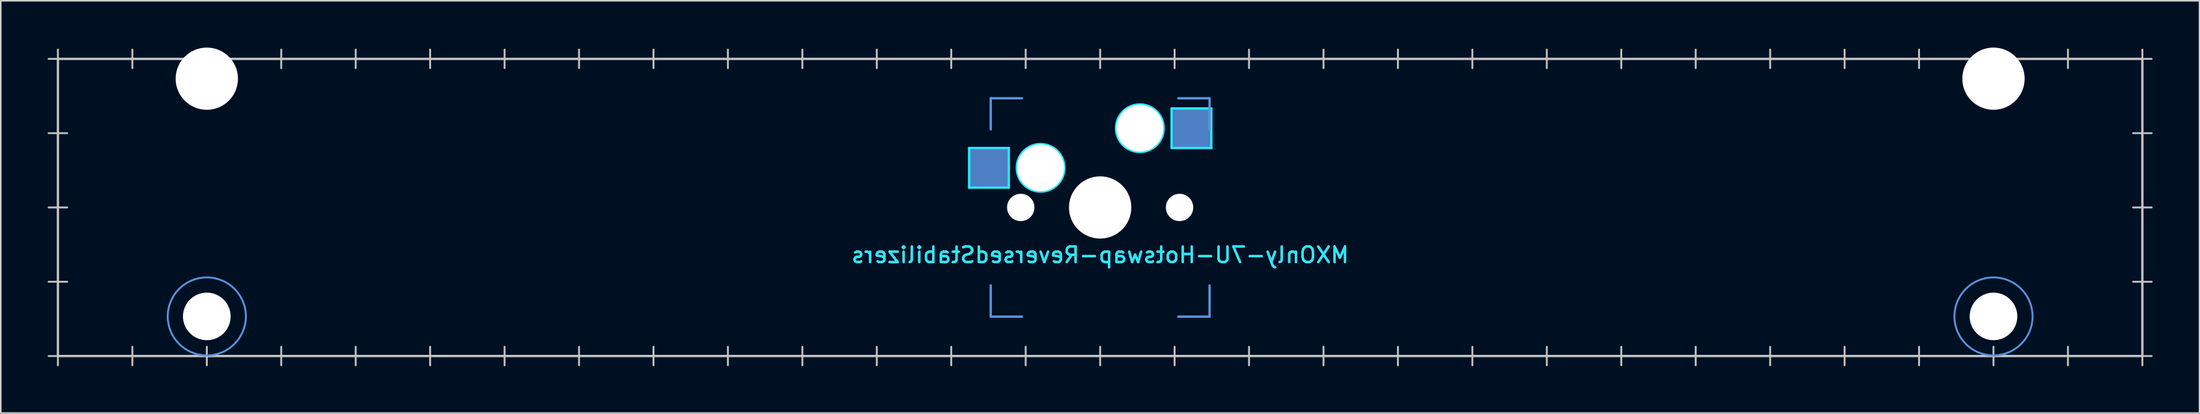
<source format=kicad_pcb>
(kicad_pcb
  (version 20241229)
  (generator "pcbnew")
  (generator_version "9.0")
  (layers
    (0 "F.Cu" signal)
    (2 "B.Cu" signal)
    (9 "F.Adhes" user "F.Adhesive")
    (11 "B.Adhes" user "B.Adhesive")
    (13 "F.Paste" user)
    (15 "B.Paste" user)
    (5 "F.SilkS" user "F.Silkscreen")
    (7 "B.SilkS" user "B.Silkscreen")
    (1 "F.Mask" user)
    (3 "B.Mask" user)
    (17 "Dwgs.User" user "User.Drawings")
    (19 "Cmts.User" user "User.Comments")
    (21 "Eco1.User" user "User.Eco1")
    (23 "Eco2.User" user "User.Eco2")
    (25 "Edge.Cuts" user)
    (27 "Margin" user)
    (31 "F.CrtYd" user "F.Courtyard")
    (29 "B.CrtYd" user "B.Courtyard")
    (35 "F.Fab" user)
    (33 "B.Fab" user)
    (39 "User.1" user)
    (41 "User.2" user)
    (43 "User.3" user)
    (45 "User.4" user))
  (footprint "MXOnly-7U-Hotswap-ReversedStabilizers"
    (layer "F.Cu")
    (at 67.33 10.249)
    (property "Reference" "MXOnly-7U-Hotswap-ReversedStabilizers" (at 0 3.048 0) (layer "B.CrtYd") (effects (font (size 1 1) (thickness 0.15)) (justify mirror)))
    (attr smd)
    (fp_line (start -67.27 -9.525) (end -66.675 -9.525) (stroke (width 0.12) (type solid)) (layer "Dwgs.User"))
    (fp_line (start -67.27 -0.000008) (end -66.08 -0.000008) (stroke (width 0.12) (type solid)) (layer "Dwgs.User"))
    (fp_line (start -67.27 4.762) (end -66.08 4.762) (stroke (width 0.12) (type solid)) (layer "Dwgs.User"))
    (fp_line (start -67.27 9.525) (end -66.675 9.525) (stroke (width 0.12) (type solid)) (layer "Dwgs.User"))
    (fp_line (start -66.675 10.12) (end -66.675 9.525) (stroke (width 0.12) (type solid)) (layer "Dwgs.User"))
    (fp_line (start -66.675 -10.12) (end -66.675 -9.525) (stroke (width 0.12) (type solid)) (layer "Dwgs.User"))
    (fp_line (start -66.675 -9.525) (end 66.675 -9.525) (stroke (width 0.15) (type solid)) (layer "Dwgs.User"))
    (fp_line (start -66.675 9.525) (end -66.675 -9.525) (stroke (width 0.15) (type solid)) (layer "Dwgs.User"))
    (fp_line (start -66.08 -4.763) (end -67.27 -4.763) (stroke (width 0.12) (type solid)) (layer "Dwgs.User"))
    (fp_line (start -61.913 8.93) (end -61.913 10.12) (stroke (width 0.12) (type solid)) (layer "Dwgs.User"))
    (fp_line (start -61.913 -10.12) (end -61.913 -8.93) (stroke (width 0.12) (type solid)) (layer "Dwgs.User"))
    (fp_line (start -57.15 8.93) (end -57.15 10.12) (stroke (width 0.12) (type solid)) (layer "Dwgs.User"))
    (fp_line (start -57.15 -10.12) (end -57.15 -8.93) (stroke (width 0.12) (type solid)) (layer "Dwgs.User"))
    (fp_line (start -52.388 10.12) (end -52.388 8.93) (stroke (width 0.12) (type solid)) (layer "Dwgs.User"))
    (fp_line (start -52.388 -8.93) (end -52.388 -10.12) (stroke (width 0.12) (type solid)) (layer "Dwgs.User"))
    (fp_line (start -47.625 8.93) (end -47.625 10.12) (stroke (width 0.12) (type solid)) (layer "Dwgs.User"))
    (fp_line (start -47.625 -10.12) (end -47.625 -8.93) (stroke (width 0.12) (type solid)) (layer "Dwgs.User"))
    (fp_line (start -42.863 10.12) (end -42.863 8.93) (stroke (width 0.12) (type solid)) (layer "Dwgs.User"))
    (fp_line (start -42.863 -8.93) (end -42.863 -10.12) (stroke (width 0.12) (type solid)) (layer "Dwgs.User"))
    (fp_line (start -38.1 8.93) (end -38.1 10.12) (stroke (width 0.12) (type solid)) (layer "Dwgs.User"))
    (fp_line (start -38.1 -10.12) (end -38.1 -8.93) (stroke (width 0.12) (type solid)) (layer "Dwgs.User"))
    (fp_line (start -33.338 10.12) (end -33.338 8.93) (stroke (width 0.12) (type solid)) (layer "Dwgs.User"))
    (fp_line (start -33.338 -8.93) (end -33.338 -10.12) (stroke (width 0.12) (type solid)) (layer "Dwgs.User"))
    (fp_line (start -28.575 8.93) (end -28.575 10.12) (stroke (width 0.12) (type solid)) (layer "Dwgs.User"))
    (fp_line (start -28.575 -10.12) (end -28.575 -8.93) (stroke (width 0.12) (type solid)) (layer "Dwgs.User"))
    (fp_line (start -23.813 10.12) (end -23.813 8.93) (stroke (width 0.12) (type solid)) (layer "Dwgs.User"))
    (fp_line (start -23.813 -8.93) (end -23.813 -10.12) (stroke (width 0.12) (type solid)) (layer "Dwgs.User"))
    (fp_line (start -19.05 8.93) (end -19.05 10.12) (stroke (width 0.12) (type solid)) (layer "Dwgs.User"))
    (fp_line (start -19.05 -10.12) (end -19.05 -8.93) (stroke (width 0.12) (type solid)) (layer "Dwgs.User"))
    (fp_line (start -14.288 10.12) (end -14.288 8.93) (stroke (width 0.12) (type solid)) (layer "Dwgs.User"))
    (fp_line (start -14.288 -8.93) (end -14.288 -10.12) (stroke (width 0.12) (type solid)) (layer "Dwgs.User"))
    (fp_line (start -9.525 -8.93) (end -9.525 -10.12) (stroke (width 0.12) (type solid)) (layer "Dwgs.User"))
    (fp_line (start -9.525 10.12) (end -9.525 8.93) (stroke (width 0.12) (type solid)) (layer "Dwgs.User"))
    (fp_line (start -4.763 -10.12) (end -4.763 -8.93) (stroke (width 0.12) (type solid)) (layer "Dwgs.User"))
    (fp_line (start -4.763 8.93) (end -4.763 10.12) (stroke (width 0.12) (type solid)) (layer "Dwgs.User"))
    (fp_line (start 0 -8.93) (end 0 -10.12) (stroke (width 0.12) (type solid)) (layer "Dwgs.User"))
    (fp_line (start 0 10.12) (end 0 8.93) (stroke (width 0.12) (type solid)) (layer "Dwgs.User"))
    (fp_line (start 4.763 -10.12) (end 4.763 -8.93) (stroke (width 0.12) (type solid)) (layer "Dwgs.User"))
    (fp_line (start 4.763 8.93) (end 4.763 10.12) (stroke (width 0.12) (type solid)) (layer "Dwgs.User"))
    (fp_line (start 9.525 -8.93) (end 9.525 -10.12) (stroke (width 0.12) (type solid)) (layer "Dwgs.User"))
    (fp_line (start 9.525 10.12) (end 9.525 8.93) (stroke (width 0.12) (type solid)) (layer "Dwgs.User"))
    (fp_line (start 14.288 -10.12) (end 14.288 -8.93) (stroke (width 0.12) (type solid)) (layer "Dwgs.User"))
    (fp_line (start 14.288 8.93) (end 14.288 10.12) (stroke (width 0.12) (type solid)) (layer "Dwgs.User"))
    (fp_line (start 19.05 -8.93) (end 19.05 -10.12) (stroke (width 0.12) (type solid)) (layer "Dwgs.User"))
    (fp_line (start 19.05 10.12) (end 19.05 8.93) (stroke (width 0.12) (type solid)) (layer "Dwgs.User"))
    (fp_line (start 23.813 -10.12) (end 23.813 -8.93) (stroke (width 0.12) (type solid)) (layer "Dwgs.User"))
    (fp_line (start 23.813 8.93) (end 23.813 10.12) (stroke (width 0.12) (type solid)) (layer "Dwgs.User"))
    (fp_line (start 28.575 -8.93) (end 28.575 -10.12) (stroke (width 0.12) (type solid)) (layer "Dwgs.User"))
    (fp_line (start 28.575 10.12) (end 28.575 8.93) (stroke (width 0.12) (type solid)) (layer "Dwgs.User"))
    (fp_line (start 33.338 -10.12) (end 33.338 -8.93) (stroke (width 0.12) (type solid)) (layer "Dwgs.User"))
    (fp_line (start 33.338 8.93) (end 33.338 10.12) (stroke (width 0.12) (type solid)) (layer "Dwgs.User"))
    (fp_line (start 38.1 -8.93) (end 38.1 -10.12) (stroke (width 0.12) (type solid)) (layer "Dwgs.User"))
    (fp_line (start 38.1 10.12) (end 38.1 8.93) (stroke (width 0.12) (type solid)) (layer "Dwgs.User"))
    (fp_line (start 42.863 -10.12) (end 42.863 -8.93) (stroke (width 0.12) (type solid)) (layer "Dwgs.User"))
    (fp_line (start 42.863 8.93) (end 42.863 10.12) (stroke (width 0.12) (type solid)) (layer "Dwgs.User"))
    (fp_line (start 47.625 -8.93) (end 47.625 -10.12) (stroke (width 0.12) (type solid)) (layer "Dwgs.User"))
    (fp_line (start 47.625 10.12) (end 47.625 8.93) (stroke (width 0.12) (type solid)) (layer "Dwgs.User"))
    (fp_line (start 52.388 -10.12) (end 52.388 -8.93) (stroke (width 0.12) (type solid)) (layer "Dwgs.User"))
    (fp_line (start 52.388 8.93) (end 52.388 10.12) (stroke (width 0.12) (type solid)) (layer "Dwgs.User"))
    (fp_line (start 57.15 -8.93) (end 57.15 -10.12) (stroke (width 0.12) (type solid)) (layer "Dwgs.User"))
    (fp_line (start 57.15 10.12) (end 57.15 8.93) (stroke (width 0.12) (type solid)) (layer "Dwgs.User"))
    (fp_line (start 61.913 -10.12) (end 61.913 -8.93) (stroke (width 0.12) (type solid)) (layer "Dwgs.User"))
    (fp_line (start 61.913 8.93) (end 61.913 10.12) (stroke (width 0.12) (type solid)) (layer "Dwgs.User"))
    (fp_line (start 66.08 4.763) (end 67.27 4.763) (stroke (width 0.12) (type solid)) (layer "Dwgs.User"))
    (fp_line (start 66.675 -9.525) (end 66.675 9.525) (stroke (width 0.15) (type solid)) (layer "Dwgs.User"))
    (fp_line (start 66.675 9.525) (end -66.675 9.525) (stroke (width 0.15) (type solid)) (layer "Dwgs.User"))
    (fp_line (start 66.675 10.12) (end 66.675 9.525) (stroke (width 0.12) (type solid)) (layer "Dwgs.User"))
    (fp_line (start 66.675 -10.12) (end 66.675 -9.525) (stroke (width 0.12) (type solid)) (layer "Dwgs.User"))
    (fp_line (start 67.27 -9.525) (end 66.675 -9.525) (stroke (width 0.12) (type solid)) (layer "Dwgs.User"))
    (fp_line (start 67.27 -4.763) (end 66.08 -4.763) (stroke (width 0.12) (type solid)) (layer "Dwgs.User"))
    (fp_line (start 67.27 0) (end 66.08 0) (stroke (width 0.12) (type solid)) (layer "Dwgs.User"))
    (fp_line (start 67.27 9.525) (end 66.675 9.525) (stroke (width 0.12) (type solid)) (layer "Dwgs.User"))
    (fp_line (start -7 -7) (end -7 -5) (stroke (width 0.15) (type solid)) (layer "Cmts.User"))
    (fp_line (start -7 7) (end -7 5) (stroke (width 0.15) (type solid)) (layer "Cmts.User"))
    (fp_line (start -5 -7) (end -7 -7) (stroke (width 0.15) (type solid)) (layer "Cmts.User"))
    (fp_line (start -5 7) (end -7 7) (stroke (width 0.15) (type solid)) (layer "Cmts.User"))
    (fp_line (start 5 -7) (end 7 -7) (stroke (width 0.15) (type solid)) (layer "Cmts.User"))
    (fp_line (start 7 -7) (end 7 -5) (stroke (width 0.15) (type solid)) (layer "Cmts.User"))
    (fp_line (start 7 5) (end 7 7) (stroke (width 0.15) (type solid)) (layer "Cmts.User"))
    (fp_line (start 7 7) (end 5 7) (stroke (width 0.15) (type solid)) (layer "Cmts.User"))
    (fp_circle (center -57.15 6.985) (end -59.65 6.985) (stroke (width 0.12) (type solid)) (fill no) (layer "Cmts.User"))
    (fp_circle (center 57.15 6.985) (end 54.65 6.985) (stroke (width 0.12) (type solid)) (fill no) (layer "Cmts.User"))
    (fp_line (start -8.382 -3.81) (end -5.842 -3.81) (stroke (width 0.15) (type solid)) (layer "B.CrtYd"))
    (fp_line (start -8.382 -1.27) (end -8.382 -3.81) (stroke (width 0.15) (type solid)) (layer "B.CrtYd"))
    (fp_line (start -5.842 -3.81) (end -5.842 -1.27) (stroke (width 0.15) (type solid)) (layer "B.CrtYd"))
    (fp_line (start -5.842 -1.27) (end -8.382 -1.27) (stroke (width 0.15) (type solid)) (layer "B.CrtYd"))
    (fp_line (start 4.572 -6.35) (end 7.112 -6.35) (stroke (width 0.15) (type solid)) (layer "B.CrtYd"))
    (fp_line (start 4.572 -3.81) (end 4.572 -6.35) (stroke (width 0.15) (type solid)) (layer "B.CrtYd"))
    (fp_line (start 7.112 -6.35) (end 7.112 -3.81) (stroke (width 0.15) (type solid)) (layer "B.CrtYd"))
    (fp_line (start 7.112 -3.81) (end 4.572 -3.81) (stroke (width 0.15) (type solid)) (layer "B.CrtYd"))
    (fp_circle (center -3.81 -2.54) (end -3.81 -4.064) (stroke (width 0.15) (type solid)) (fill no) (layer "B.CrtYd"))
    (fp_circle (center 2.54 -5.08) (end 2.54 -6.604) (stroke (width 0.15) (type solid)) (fill no) (layer "B.CrtYd"))
    (fp_text user "${REFERENCE}" (at 0 3.048 0) (layer "B.SilkS") (effects (font (size 1 1) (thickness 0.15)) (justify mirror)))
    (pad "" np_thru_hole circle (at -57.15 -8.255) (size 3.988 3.988) (drill 3.988) (layers "*.Cu" "*.Mask"))
    (pad "" np_thru_hole circle (at -57.15 6.985) (size 3.048 3.048) (drill 3.048) (layers "*.Cu" "*.Mask"))
    (pad "" np_thru_hole circle (at -5.08 0 48.1) (size 1.75 1.75) (drill 1.75) (layers "*.Cu" "*.Mask"))
    (pad "" np_thru_hole circle (at -3.81 -2.54) (size 3 3) (drill 3) (layers "*.Cu" "*.Mask"))
    (pad "" np_thru_hole circle (at 0 0) (size 3.988 3.988) (drill 3.988) (layers "*.Cu" "*.Mask"))
    (pad "" np_thru_hole circle (at 2.54 -5.08) (size 3 3) (drill 3) (layers "*.Cu" "*.Mask"))
    (pad "" np_thru_hole circle (at 5.08 0 48.1) (size 1.75 1.75) (drill 1.75) (layers "*.Cu" "*.Mask"))
    (pad "" np_thru_hole circle (at 57.15 -8.255) (size 3.988 3.988) (drill 3.988) (layers "*.Cu" "*.Mask"))
    (pad "" np_thru_hole circle (at 57.15 6.985) (size 3.048 3.048) (drill 3.048) (layers "*.Cu" "*.Mask"))
    (pad "1" smd rect (at -7.085 -2.54) (size 2.55 2.5) (layers "B.Cu" "B.Mask" "B.Paste"))
    (pad "2" smd rect (at 5.842 -5.08) (size 2.55 2.5) (layers "B.Cu" "B.Mask" "B.Paste")))
  (gr_rect
    (start -3 -3)
    (end 137.661 23.429)
    (stroke (width 0.1) (type default))
    (fill no)
    (layer "Edge.Cuts")))
</source>
